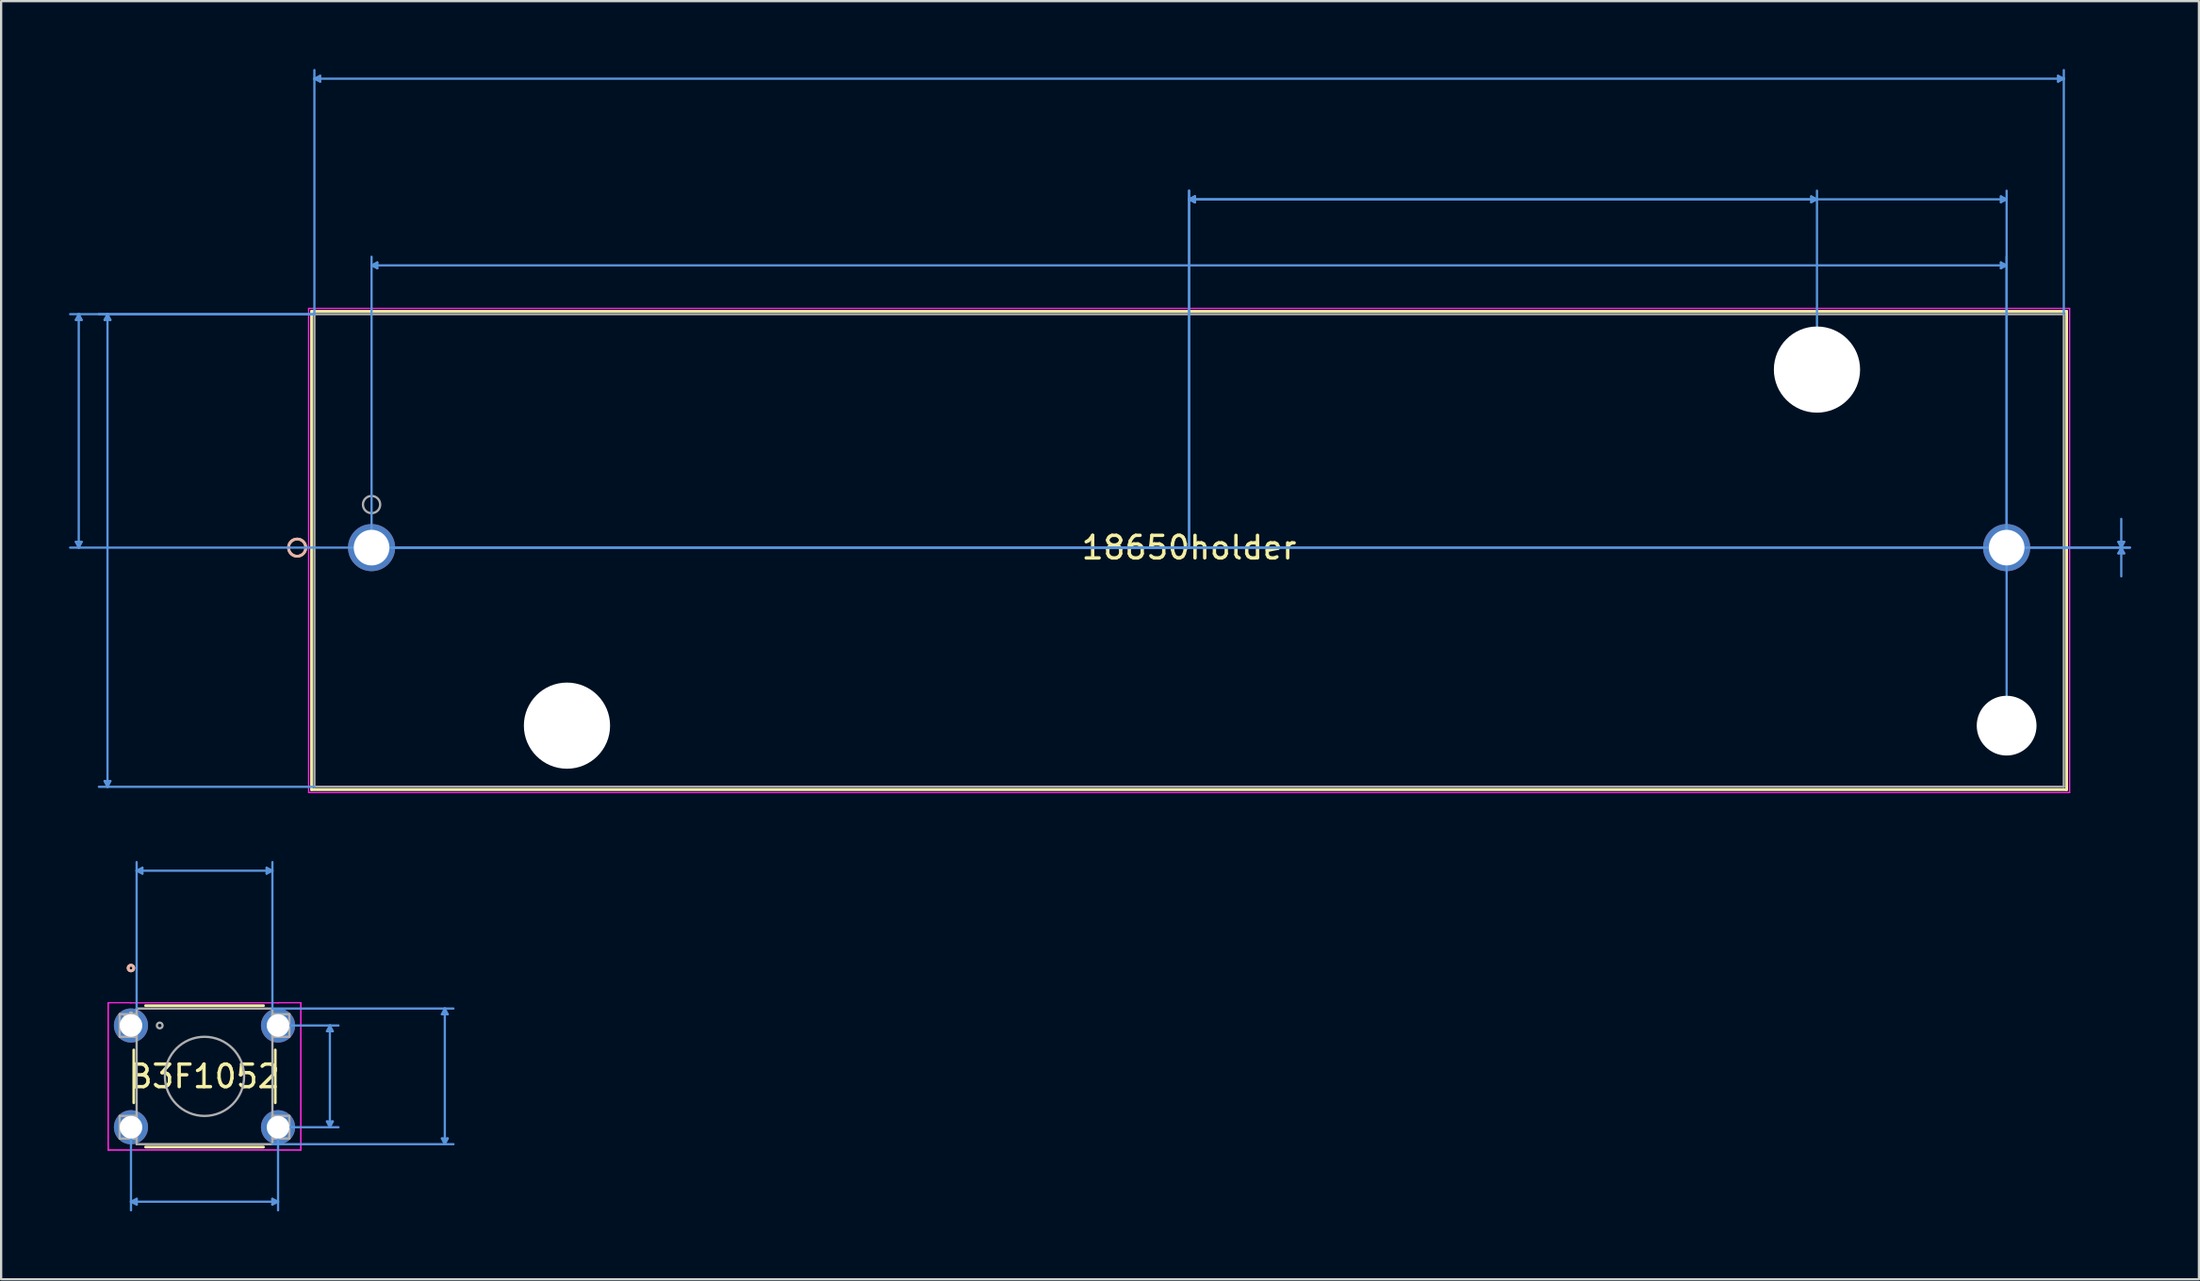
<source format=kicad_pcb>
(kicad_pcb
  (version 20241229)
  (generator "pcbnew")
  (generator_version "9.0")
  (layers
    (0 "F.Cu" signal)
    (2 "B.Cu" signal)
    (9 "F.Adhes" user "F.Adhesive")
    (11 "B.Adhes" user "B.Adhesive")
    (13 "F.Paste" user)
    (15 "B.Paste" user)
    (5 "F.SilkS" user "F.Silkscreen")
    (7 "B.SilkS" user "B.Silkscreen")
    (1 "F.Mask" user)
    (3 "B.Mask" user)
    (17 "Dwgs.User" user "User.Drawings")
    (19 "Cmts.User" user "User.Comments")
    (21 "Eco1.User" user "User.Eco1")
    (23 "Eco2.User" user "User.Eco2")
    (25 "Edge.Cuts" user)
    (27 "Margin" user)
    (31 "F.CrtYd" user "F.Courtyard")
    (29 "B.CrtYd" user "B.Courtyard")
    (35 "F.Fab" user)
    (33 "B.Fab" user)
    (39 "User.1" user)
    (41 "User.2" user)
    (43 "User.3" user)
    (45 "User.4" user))
  (footprint "B3F1052"
    (layer "F.Cu")
    (at 2.739 42.305)
    (property "Reference" "B3F1052" (at 3.25 2.25 0) (layer "F.SilkS") (effects (font (size 1 1) (thickness 0.15))))
    (attr through_hole)
    (fp_line (start 0.123 1.08) (end 0.123 3.42) (stroke (width 0.12) (type solid)) (layer "F.SilkS"))
    (fp_line (start 0.642 5.377) (end 5.858 5.377) (stroke (width 0.12) (type solid)) (layer "F.SilkS"))
    (fp_line (start 5.858 -0.877) (end 0.642 -0.877) (stroke (width 0.12) (type solid)) (layer "F.SilkS"))
    (fp_line (start 6.377 3.42) (end 6.377 1.08) (stroke (width 0.12) (type solid)) (layer "F.SilkS"))
    (fp_circle (center 0 -2.54) (end 0.127 -2.54) (stroke (width 0.12) (type solid)) (fill no) (layer "F.SilkS"))
    (fp_circle (center 0 -2.54) (end 0.127 -2.54) (stroke (width 0.12) (type solid)) (fill no) (layer "B.SilkS"))
    (fp_line (start 0.000001 4.5) (end 0.000001 8.175) (stroke (width 0.1) (type solid)) (layer "Cmts.User"))
    (fp_line (start 0.000001 7.794) (end 0.254 7.667) (stroke (width 0.1) (type solid)) (layer "Cmts.User"))
    (fp_line (start 0.000001 7.794) (end 0.254 7.921) (stroke (width 0.1) (type solid)) (layer "Cmts.User"))
    (fp_line (start 0.000001 7.794) (end 6.5 7.794) (stroke (width 0.1) (type solid)) (layer "Cmts.User"))
    (fp_line (start 0.25 -6.846) (end 0.504 -6.973) (stroke (width 0.1) (type solid)) (layer "Cmts.User"))
    (fp_line (start 0.25 -6.846) (end 0.504 -6.719) (stroke (width 0.1) (type solid)) (layer "Cmts.User"))
    (fp_line (start 0.25 -6.846) (end 6.25 -6.846) (stroke (width 0.1) (type solid)) (layer "Cmts.User"))
    (fp_line (start 0.25 -0.75) (end 0.25 -7.227) (stroke (width 0.1) (type solid)) (layer "Cmts.User"))
    (fp_line (start 0.254 7.667) (end 0.254 7.921) (stroke (width 0.1) (type solid)) (layer "Cmts.User"))
    (fp_line (start 0.504 -6.973) (end 0.504 -6.719) (stroke (width 0.1) (type solid)) (layer "Cmts.User"))
    (fp_line (start 5.996 -6.973) (end 5.996 -6.719) (stroke (width 0.1) (type solid)) (layer "Cmts.User"))
    (fp_line (start 6.246 7.667) (end 6.246 7.921) (stroke (width 0.1) (type solid)) (layer "Cmts.User"))
    (fp_line (start 6.25 -6.846) (end 5.996 -6.973) (stroke (width 0.1) (type solid)) (layer "Cmts.User"))
    (fp_line (start 6.25 -6.846) (end 5.996 -6.719) (stroke (width 0.1) (type solid)) (layer "Cmts.User"))
    (fp_line (start 6.25 -0.75) (end 6.25 -7.227) (stroke (width 0.1) (type solid)) (layer "Cmts.User"))
    (fp_line (start 6.25 -0.75) (end 14.251 -0.75) (stroke (width 0.1) (type solid)) (layer "Cmts.User"))
    (fp_line (start 6.25 5.25) (end 14.251 5.25) (stroke (width 0.1) (type solid)) (layer "Cmts.User"))
    (fp_line (start 6.5 0) (end 9.171 0) (stroke (width 0.1) (type solid)) (layer "Cmts.User"))
    (fp_line (start 6.5 4.5) (end 6.5 8.175) (stroke (width 0.1) (type solid)) (layer "Cmts.User"))
    (fp_line (start 6.5 4.5) (end 9.171 4.5) (stroke (width 0.1) (type solid)) (layer "Cmts.User"))
    (fp_line (start 6.5 7.794) (end 6.246 7.667) (stroke (width 0.1) (type solid)) (layer "Cmts.User"))
    (fp_line (start 6.5 7.794) (end 6.246 7.921) (stroke (width 0.1) (type solid)) (layer "Cmts.User"))
    (fp_line (start 8.663 0.254) (end 8.917 0.254) (stroke (width 0.1) (type solid)) (layer "Cmts.User"))
    (fp_line (start 8.663 4.246) (end 8.917 4.246) (stroke (width 0.1) (type solid)) (layer "Cmts.User"))
    (fp_line (start 8.79 0) (end 8.663 0.254) (stroke (width 0.1) (type solid)) (layer "Cmts.User"))
    (fp_line (start 8.79 0) (end 8.79 4.5) (stroke (width 0.1) (type solid)) (layer "Cmts.User"))
    (fp_line (start 8.79 0) (end 8.917 0.254) (stroke (width 0.1) (type solid)) (layer "Cmts.User"))
    (fp_line (start 8.79 4.5) (end 8.663 4.246) (stroke (width 0.1) (type solid)) (layer "Cmts.User"))
    (fp_line (start 8.79 4.5) (end 8.917 4.246) (stroke (width 0.1) (type solid)) (layer "Cmts.User"))
    (fp_line (start 13.743 -0.496) (end 13.997 -0.496) (stroke (width 0.1) (type solid)) (layer "Cmts.User"))
    (fp_line (start 13.743 4.996) (end 13.997 4.996) (stroke (width 0.1) (type solid)) (layer "Cmts.User"))
    (fp_line (start 13.87 -0.75) (end 13.743 -0.496) (stroke (width 0.1) (type solid)) (layer "Cmts.User"))
    (fp_line (start 13.87 -0.75) (end 13.87 5.25) (stroke (width 0.1) (type solid)) (layer "Cmts.User"))
    (fp_line (start 13.87 -0.75) (end 13.997 -0.496) (stroke (width 0.1) (type solid)) (layer "Cmts.User"))
    (fp_line (start 13.87 5.25) (end 13.743 4.996) (stroke (width 0.1) (type solid)) (layer "Cmts.User"))
    (fp_line (start 13.87 5.25) (end 13.997 4.996) (stroke (width 0.1) (type solid)) (layer "Cmts.User"))
    (fp_line (start -1.008 -1.008) (end -0.004 -1.008) (stroke (width 0.05) (type solid)) (layer "F.CrtYd"))
    (fp_line (start -1.008 -1.008) (end -0.004 -1.008) (stroke (width 0.05) (type solid)) (layer "F.CrtYd"))
    (fp_line (start -1.008 5.508) (end -1.008 -1.008) (stroke (width 0.05) (type solid)) (layer "F.CrtYd"))
    (fp_line (start -1.008 5.508) (end -1.008 -1.008) (stroke (width 0.05) (type solid)) (layer "F.CrtYd"))
    (fp_line (start -1.008 5.508) (end -0.004 5.508) (stroke (width 0.05) (type solid)) (layer "F.CrtYd"))
    (fp_line (start -0.004 -1.008) (end -0.004 -1.004) (stroke (width 0.05) (type solid)) (layer "F.CrtYd"))
    (fp_line (start -0.004 -1.008) (end -0.004 -1.004) (stroke (width 0.05) (type solid)) (layer "F.CrtYd"))
    (fp_line (start -0.004 -1.004) (end 6.504 -1.004) (stroke (width 0.05) (type solid)) (layer "F.CrtYd"))
    (fp_line (start -0.004 -1.004) (end 6.504 -1.004) (stroke (width 0.05) (type solid)) (layer "F.CrtYd"))
    (fp_line (start -0.004 5.504) (end -0.004 5.508) (stroke (width 0.05) (type solid)) (layer "F.CrtYd"))
    (fp_line (start -0.004 5.504) (end -0.004 5.508) (stroke (width 0.05) (type solid)) (layer "F.CrtYd"))
    (fp_line (start -0.004 5.508) (end -1.008 5.508) (stroke (width 0.05) (type solid)) (layer "F.CrtYd"))
    (fp_line (start 6.504 -1.008) (end 7.508 -1.008) (stroke (width 0.05) (type solid)) (layer "F.CrtYd"))
    (fp_line (start 6.504 -1.004) (end 6.504 -1.008) (stroke (width 0.05) (type solid)) (layer "F.CrtYd"))
    (fp_line (start 6.504 -1.004) (end 6.504 -1.008) (stroke (width 0.05) (type solid)) (layer "F.CrtYd"))
    (fp_line (start 6.504 5.504) (end -0.004 5.504) (stroke (width 0.05) (type solid)) (layer "F.CrtYd"))
    (fp_line (start 6.504 5.504) (end -0.004 5.504) (stroke (width 0.05) (type solid)) (layer "F.CrtYd"))
    (fp_line (start 6.504 5.508) (end 6.504 5.504) (stroke (width 0.05) (type solid)) (layer "F.CrtYd"))
    (fp_line (start 6.504 5.508) (end 6.504 5.504) (stroke (width 0.05) (type solid)) (layer "F.CrtYd"))
    (fp_line (start 7.508 -1.008) (end 6.504 -1.008) (stroke (width 0.05) (type solid)) (layer "F.CrtYd"))
    (fp_line (start 7.508 -1.008) (end 7.508 5.508) (stroke (width 0.05) (type solid)) (layer "F.CrtYd"))
    (fp_line (start 7.508 -1.008) (end 7.508 5.508) (stroke (width 0.05) (type solid)) (layer "F.CrtYd"))
    (fp_line (start 7.508 5.508) (end 6.504 5.508) (stroke (width 0.05) (type solid)) (layer "F.CrtYd"))
    (fp_line (start 7.508 5.508) (end 6.504 5.508) (stroke (width 0.05) (type solid)) (layer "F.CrtYd"))
    (fp_line (start -0.5 -0.5) (end -0.5 0.5) (stroke (width 0.1) (type solid)) (layer "F.Fab"))
    (fp_line (start -0.5 0.5) (end 0.25 0.5) (stroke (width 0.1) (type solid)) (layer "F.Fab"))
    (fp_line (start -0.5 4) (end -0.5 5) (stroke (width 0.1) (type solid)) (layer "F.Fab"))
    (fp_line (start -0.5 5) (end 0.25 5) (stroke (width 0.1) (type solid)) (layer "F.Fab"))
    (fp_line (start 0.25 -0.75) (end 0.25 5.25) (stroke (width 0.1) (type solid)) (layer "F.Fab"))
    (fp_line (start 0.25 5.25) (end 6.25 5.25) (stroke (width 0.1) (type solid)) (layer "F.Fab"))
    (fp_line (start 0.25 -0.5) (end -0.5 -0.5) (stroke (width 0.1) (type solid)) (layer "F.Fab"))
    (fp_line (start 0.25 0.5) (end 0.25 -0.5) (stroke (width 0.1) (type solid)) (layer "F.Fab"))
    (fp_line (start 0.25 4) (end -0.5 4) (stroke (width 0.1) (type solid)) (layer "F.Fab"))
    (fp_line (start 0.25 5) (end 0.25 4) (stroke (width 0.1) (type solid)) (layer "F.Fab"))
    (fp_line (start 6.25 -0.5) (end 6.25 0.5) (stroke (width 0.1) (type solid)) (layer "F.Fab"))
    (fp_line (start 6.25 0.5) (end 7 0.5) (stroke (width 0.1) (type solid)) (layer "F.Fab"))
    (fp_line (start 6.25 4) (end 6.25 5) (stroke (width 0.1) (type solid)) (layer "F.Fab"))
    (fp_line (start 6.25 5) (end 7 5) (stroke (width 0.1) (type solid)) (layer "F.Fab"))
    (fp_line (start 6.25 -0.75) (end 0.25 -0.75) (stroke (width 0.1) (type solid)) (layer "F.Fab"))
    (fp_line (start 6.25 5.25) (end 6.25 -0.75) (stroke (width 0.1) (type solid)) (layer "F.Fab"))
    (fp_line (start 7 -0.5) (end 6.25 -0.5) (stroke (width 0.1) (type solid)) (layer "F.Fab"))
    (fp_line (start 7 0.5) (end 7 -0.5) (stroke (width 0.1) (type solid)) (layer "F.Fab"))
    (fp_line (start 7 4) (end 6.25 4) (stroke (width 0.1) (type solid)) (layer "F.Fab"))
    (fp_line (start 7 5) (end 7 4) (stroke (width 0.1) (type solid)) (layer "F.Fab"))
    (fp_circle (center 1.27 0) (end 1.397 0) (stroke (width 0.1) (type solid)) (fill no) (layer "F.Fab"))
    (fp_circle (center 3.25 2.25) (end 5 2.25) (stroke (width 0.1) (type solid)) (fill no) (layer "F.Fab"))
    (fp_text user "*" (at 0 0 0) (layer "F.SilkS") (effects (font (size 1 1) (thickness 0.15))))
    (fp_text user "Copyright 2021 Accelerated Designs. All rights reserved." (at 0 0 0) (layer "Cmts.User") (effects (font (size 0.127 0.127) (thickness 0.002))))
    (fp_text user "*" (at 0 0 0) (layer "F.Fab") (effects (font (size 1 1) (thickness 0.15))))
    (pad "1" thru_hole circle (at 0 0) (size 1.508 1.508) (drill 1) (layers "*.Cu" "*.Mask"))
    (pad "2" thru_hole circle (at 6.5 0) (size 1.508 1.508) (drill 1) (layers "*.Cu" "*.Mask"))
    (pad "3" thru_hole circle (at 0 4.5) (size 1.508 1.508) (drill 1) (layers "*.Cu" "*.Mask"))
    (pad "4" thru_hole circle (at 6.5 4.5) (size 1.508 1.508) (drill 1) (layers "*.Cu" "*.Mask")))
  (footprint "18650holder"
    (layer "F.Cu")
    (at 85.635 21.17)
    (property "Reference" "18650holder" (at -36.132 0 0) (layer "F.SilkS") (effects (font (size 1 1) (thickness 0.15))))
    (attr through_hole)
    (fp_line (start -74.917 -10.452) (end -74.917 10.706) (stroke (width 0.12) (type solid)) (layer "F.SilkS"))
    (fp_line (start -74.917 10.706) (end 2.654 10.706) (stroke (width 0.12) (type solid)) (layer "F.SilkS"))
    (fp_line (start 2.654 -10.452) (end -74.917 -10.452) (stroke (width 0.12) (type solid)) (layer "F.SilkS"))
    (fp_line (start 2.654 10.706) (end 2.654 -10.452) (stroke (width 0.12) (type solid)) (layer "F.SilkS"))
    (fp_circle (center -75.552 0) (end -75.171 0) (stroke (width 0.12) (type solid)) (fill no) (layer "F.SilkS"))
    (fp_circle (center -75.552 0) (end -75.171 0) (stroke (width 0.12) (type solid)) (fill no) (layer "B.SilkS"))
    (fp_line (start -85.331 -10.071) (end -85.077 -10.071) (stroke (width 0.1) (type solid)) (layer "Cmts.User"))
    (fp_line (start -85.331 -0.254) (end -85.077 -0.254) (stroke (width 0.1) (type solid)) (layer "Cmts.User"))
    (fp_line (start -85.204 -10.325) (end -85.331 -10.071) (stroke (width 0.1) (type solid)) (layer "Cmts.User"))
    (fp_line (start -85.204 -10.325) (end -85.204 0) (stroke (width 0.1) (type solid)) (layer "Cmts.User"))
    (fp_line (start -85.204 -10.325) (end -85.077 -10.071) (stroke (width 0.1) (type solid)) (layer "Cmts.User"))
    (fp_line (start -85.204 0) (end -85.331 -0.254) (stroke (width 0.1) (type solid)) (layer "Cmts.User"))
    (fp_line (start -85.204 0) (end -85.077 -0.254) (stroke (width 0.1) (type solid)) (layer "Cmts.User"))
    (fp_line (start -84.061 -10.071) (end -83.807 -10.071) (stroke (width 0.1) (type solid)) (layer "Cmts.User"))
    (fp_line (start -84.061 10.325) (end -83.807 10.325) (stroke (width 0.1) (type solid)) (layer "Cmts.User"))
    (fp_line (start -83.934 -10.325) (end -84.061 -10.071) (stroke (width 0.1) (type solid)) (layer "Cmts.User"))
    (fp_line (start -83.934 -10.325) (end -83.934 10.579) (stroke (width 0.1) (type solid)) (layer "Cmts.User"))
    (fp_line (start -83.934 -10.325) (end -83.807 -10.071) (stroke (width 0.1) (type solid)) (layer "Cmts.User"))
    (fp_line (start -83.934 10.579) (end -84.061 10.325) (stroke (width 0.1) (type solid)) (layer "Cmts.User"))
    (fp_line (start -83.934 10.579) (end -83.807 10.325) (stroke (width 0.1) (type solid)) (layer "Cmts.User"))
    (fp_line (start -74.79 -20.739) (end -74.536 -20.866) (stroke (width 0.1) (type solid)) (layer "Cmts.User"))
    (fp_line (start -74.79 -20.739) (end -74.536 -20.612) (stroke (width 0.1) (type solid)) (layer "Cmts.User"))
    (fp_line (start -74.79 -20.739) (end 2.527 -20.739) (stroke (width 0.1) (type solid)) (layer "Cmts.User"))
    (fp_line (start -74.79 -10.325) (end -85.585 -10.325) (stroke (width 0.1) (type solid)) (layer "Cmts.User"))
    (fp_line (start -74.79 -10.325) (end -84.315 -10.325) (stroke (width 0.1) (type solid)) (layer "Cmts.User"))
    (fp_line (start -74.79 -10.325) (end -74.79 -21.12) (stroke (width 0.1) (type solid)) (layer "Cmts.User"))
    (fp_line (start -74.79 10.579) (end -84.315 10.579) (stroke (width 0.1) (type solid)) (layer "Cmts.User"))
    (fp_line (start -74.536 -20.866) (end -74.536 -20.612) (stroke (width 0.1) (type solid)) (layer "Cmts.User"))
    (fp_line (start -72.263 -12.484) (end -72.009 -12.611) (stroke (width 0.1) (type solid)) (layer "Cmts.User"))
    (fp_line (start -72.263 -12.484) (end -72.009 -12.357) (stroke (width 0.1) (type solid)) (layer "Cmts.User"))
    (fp_line (start -72.263 -12.484) (end 0 -12.484) (stroke (width 0.1) (type solid)) (layer "Cmts.User"))
    (fp_line (start -72.263 0) (end -72.263 -12.865) (stroke (width 0.1) (type solid)) (layer "Cmts.User"))
    (fp_line (start -72.263 0) (end 5.448 0) (stroke (width 0.1) (type solid)) (layer "Cmts.User"))
    (fp_line (start -72.263 0) (end 5.448 0) (stroke (width 0.1) (type solid)) (layer "Cmts.User"))
    (fp_line (start -72.009 -12.611) (end -72.009 -12.357) (stroke (width 0.1) (type solid)) (layer "Cmts.User"))
    (fp_line (start -36.132 -15.405) (end -35.877 -15.532) (stroke (width 0.1) (type solid)) (layer "Cmts.User"))
    (fp_line (start -36.132 -15.405) (end -35.877 -15.532) (stroke (width 0.1) (type solid)) (layer "Cmts.User"))
    (fp_line (start -36.132 -15.405) (end -35.877 -15.278) (stroke (width 0.1) (type solid)) (layer "Cmts.User"))
    (fp_line (start -36.132 -15.405) (end -35.877 -15.278) (stroke (width 0.1) (type solid)) (layer "Cmts.User"))
    (fp_line (start -36.132 -15.405) (end -8.382 -15.405) (stroke (width 0.1) (type solid)) (layer "Cmts.User"))
    (fp_line (start -36.132 -15.405) (end 0 -15.405) (stroke (width 0.1) (type solid)) (layer "Cmts.User"))
    (fp_line (start -36.132 0) (end -85.585 0) (stroke (width 0.1) (type solid)) (layer "Cmts.User"))
    (fp_line (start -36.132 0) (end -36.132 -15.786) (stroke (width 0.1) (type solid)) (layer "Cmts.User"))
    (fp_line (start -36.132 0) (end -36.132 -15.786) (stroke (width 0.1) (type solid)) (layer "Cmts.User"))
    (fp_line (start -35.877 -15.532) (end -35.877 -15.278) (stroke (width 0.1) (type solid)) (layer "Cmts.User"))
    (fp_line (start -35.877 -15.532) (end -35.877 -15.278) (stroke (width 0.1) (type solid)) (layer "Cmts.User"))
    (fp_line (start -8.636 -15.532) (end -8.636 -15.278) (stroke (width 0.1) (type solid)) (layer "Cmts.User"))
    (fp_line (start -8.382 -15.405) (end -8.636 -15.532) (stroke (width 0.1) (type solid)) (layer "Cmts.User"))
    (fp_line (start -8.382 -15.405) (end -8.636 -15.278) (stroke (width 0.1) (type solid)) (layer "Cmts.User"))
    (fp_line (start -8.382 -7.874) (end -8.382 -15.786) (stroke (width 0.1) (type solid)) (layer "Cmts.User"))
    (fp_line (start -0.254 -15.532) (end -0.254 -15.278) (stroke (width 0.1) (type solid)) (layer "Cmts.User"))
    (fp_line (start -0.254 -12.611) (end -0.254 -12.357) (stroke (width 0.1) (type solid)) (layer "Cmts.User"))
    (fp_line (start 0 -15.405) (end -0.254 -15.532) (stroke (width 0.1) (type solid)) (layer "Cmts.User"))
    (fp_line (start 0 -15.405) (end -0.254 -15.278) (stroke (width 0.1) (type solid)) (layer "Cmts.User"))
    (fp_line (start 0 -12.484) (end -0.254 -12.611) (stroke (width 0.1) (type solid)) (layer "Cmts.User"))
    (fp_line (start 0 -12.484) (end -0.254 -12.357) (stroke (width 0.1) (type solid)) (layer "Cmts.User"))
    (fp_line (start 0 0) (end 0 -12.865) (stroke (width 0.1) (type solid)) (layer "Cmts.User"))
    (fp_line (start 0 7.874) (end 0 -15.786) (stroke (width 0.1) (type solid)) (layer "Cmts.User"))
    (fp_line (start 2.273 -20.866) (end 2.273 -20.612) (stroke (width 0.1) (type solid)) (layer "Cmts.User"))
    (fp_line (start 2.527 -20.739) (end 2.273 -20.866) (stroke (width 0.1) (type solid)) (layer "Cmts.User"))
    (fp_line (start 2.527 -20.739) (end 2.273 -20.612) (stroke (width 0.1) (type solid)) (layer "Cmts.User"))
    (fp_line (start 2.527 -10.325) (end 2.527 -21.12) (stroke (width 0.1) (type solid)) (layer "Cmts.User"))
    (fp_line (start 4.94 -0.254) (end 5.194 -0.254) (stroke (width 0.1) (type solid)) (layer "Cmts.User"))
    (fp_line (start 4.94 0.254) (end 5.194 0.254) (stroke (width 0.1) (type solid)) (layer "Cmts.User"))
    (fp_line (start 5.067 0) (end 4.94 -0.254) (stroke (width 0.1) (type solid)) (layer "Cmts.User"))
    (fp_line (start 5.067 0) (end 4.94 0.254) (stroke (width 0.1) (type solid)) (layer "Cmts.User"))
    (fp_line (start 5.067 0) (end 5.067 -1.27) (stroke (width 0.1) (type solid)) (layer "Cmts.User"))
    (fp_line (start 5.067 0) (end 5.067 1.27) (stroke (width 0.1) (type solid)) (layer "Cmts.User"))
    (fp_line (start 5.067 0) (end 5.194 -0.254) (stroke (width 0.1) (type solid)) (layer "Cmts.User"))
    (fp_line (start 5.067 0) (end 5.194 0.254) (stroke (width 0.1) (type solid)) (layer "Cmts.User"))
    (fp_line (start -75.044 -10.579) (end -75.044 10.833) (stroke (width 0.05) (type solid)) (layer "F.CrtYd"))
    (fp_line (start -75.044 -10.579) (end -75.044 10.833) (stroke (width 0.05) (type solid)) (layer "F.CrtYd"))
    (fp_line (start -75.044 10.833) (end 2.781 10.833) (stroke (width 0.05) (type solid)) (layer "F.CrtYd"))
    (fp_line (start -75.044 10.833) (end 2.781 10.833) (stroke (width 0.05) (type solid)) (layer "F.CrtYd"))
    (fp_line (start 2.781 -10.579) (end -75.044 -10.579) (stroke (width 0.05) (type solid)) (layer "F.CrtYd"))
    (fp_line (start 2.781 -10.579) (end -75.044 -10.579) (stroke (width 0.05) (type solid)) (layer "F.CrtYd"))
    (fp_line (start 2.781 10.833) (end 2.781 -10.579) (stroke (width 0.05) (type solid)) (layer "F.CrtYd"))
    (fp_line (start 2.781 10.833) (end 2.781 -10.579) (stroke (width 0.05) (type solid)) (layer "F.CrtYd"))
    (fp_line (start -74.79 -10.325) (end -74.79 10.579) (stroke (width 0.1) (type solid)) (layer "F.Fab"))
    (fp_line (start -74.79 10.579) (end 2.527 10.579) (stroke (width 0.1) (type solid)) (layer "F.Fab"))
    (fp_line (start 2.527 -10.325) (end -74.79 -10.325) (stroke (width 0.1) (type solid)) (layer "F.Fab"))
    (fp_line (start 2.527 10.579) (end 2.527 -10.325) (stroke (width 0.1) (type solid)) (layer "F.Fab"))
    (fp_circle (center -72.263 -1.905) (end -71.882 -1.905) (stroke (width 0.1) (type solid)) (fill no) (layer "F.Fab"))
    (fp_text user "*" (at 0 0 0) (layer "F.SilkS") (effects (font (size 1 1) (thickness 0.15))))
    (fp_text user "Copyright 2021 Accelerated Designs. All rights reserved." (at 0 0 0) (layer "Cmts.User") (effects (font (size 0.127 0.127) (thickness 0.002))))
    (fp_text user "*" (at 0 0 0) (layer "F.Fab") (effects (font (size 1 1) (thickness 0.15))))
    (pad "" np_thru_hole circle (at -63.627 7.874) (size 3.81 3.81) (drill 3.81) (layers "*.Cu" "*.Mask"))
    (pad "" np_thru_hole circle (at -8.382 -7.874) (size 3.81 3.81) (drill 3.81) (layers "*.Cu" "*.Mask"))
    (pad "" np_thru_hole circle (at 0 7.874) (size 2.642 2.642) (drill 2.642) (layers "*.Cu" "*.Mask"))
    (pad "1" thru_hole circle (at -72.263 0) (size 2.083 2.083) (drill 1.575) (layers "*.Cu" "*.Mask"))
    (pad "2" thru_hole circle (at 0 0) (size 2.083 2.083) (drill 1.575) (layers "*.Cu" "*.Mask")))
  (gr_rect
    (start -3 -3)
    (end 94.134 53.53)
    (stroke (width 0.1) (type default))
    (fill no)
    (layer "Edge.Cuts")))
</source>
